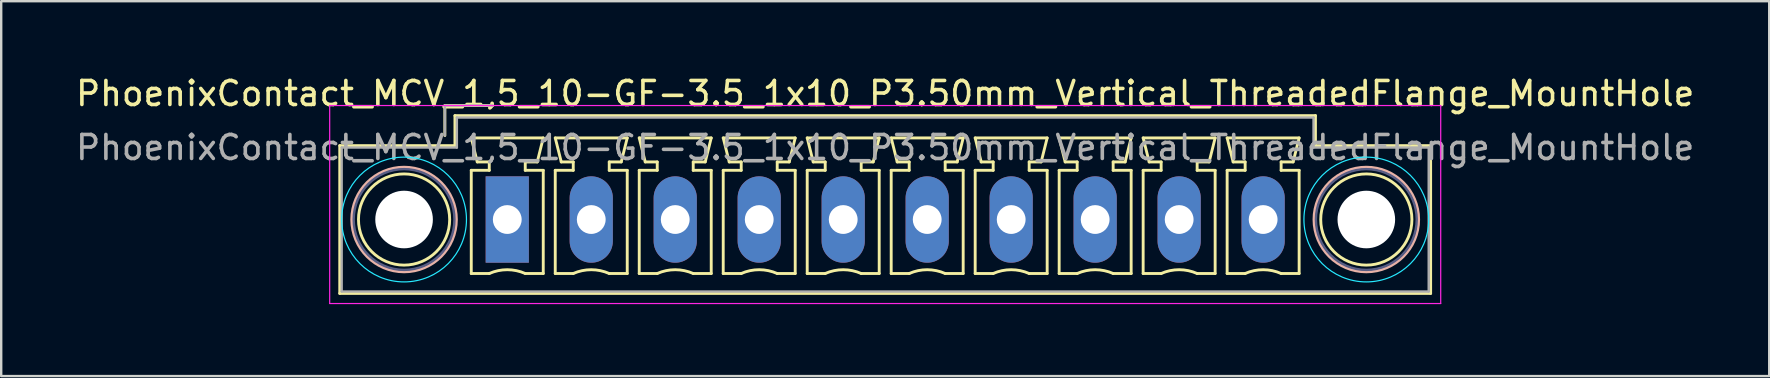
<source format=kicad_pcb>
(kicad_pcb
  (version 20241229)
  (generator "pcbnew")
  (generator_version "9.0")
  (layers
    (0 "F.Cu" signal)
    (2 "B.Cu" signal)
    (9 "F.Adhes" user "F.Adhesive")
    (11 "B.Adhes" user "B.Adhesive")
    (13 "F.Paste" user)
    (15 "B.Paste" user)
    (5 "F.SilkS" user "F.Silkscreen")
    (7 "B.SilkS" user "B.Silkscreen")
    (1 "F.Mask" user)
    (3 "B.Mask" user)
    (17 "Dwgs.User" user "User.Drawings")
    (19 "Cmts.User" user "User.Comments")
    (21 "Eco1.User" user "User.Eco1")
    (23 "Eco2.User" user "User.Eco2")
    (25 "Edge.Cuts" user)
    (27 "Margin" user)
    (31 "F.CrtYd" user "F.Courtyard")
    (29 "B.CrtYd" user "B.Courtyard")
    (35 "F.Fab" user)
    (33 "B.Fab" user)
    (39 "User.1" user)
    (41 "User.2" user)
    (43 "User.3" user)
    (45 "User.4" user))
  (footprint "PhoenixContact_MCV_1,5_10-GF-3.5_1x10_P3.50mm_Vertical_ThreadedFlange_MountHole"
    (layer "F.Cu")
    (at 18.089 6.098)
    (property "Reference" "PhoenixContact_MCV_1,5_10-GF-3.5_1x10_P3.50mm_Vertical_ThreadedFlange_MountHole" (at 15.75 -5.25 0) (layer "F.SilkS") (effects (font (size 1 1) (thickness 0.15))))
    (attr through_hole)
    (fp_line (start -6.98 -3.08) (end -6.98 3.08) (stroke (width 0.12) (type solid)) (layer "F.SilkS"))
    (fp_line (start -6.98 3.08) (end 38.48 3.08) (stroke (width 0.12) (type solid)) (layer "F.SilkS"))
    (fp_line (start -2.6 -4.75) (end -0.6 -4.75) (stroke (width 0.12) (type solid)) (layer "F.SilkS"))
    (fp_line (start -2.6 -3.5) (end -2.6 -4.75) (stroke (width 0.12) (type solid)) (layer "F.SilkS"))
    (fp_line (start -2.18 -4.33) (end -2.18 -3.08) (stroke (width 0.12) (type solid)) (layer "F.SilkS"))
    (fp_line (start -2.18 -3.08) (end -6.98 -3.08) (stroke (width 0.12) (type solid)) (layer "F.SilkS"))
    (fp_line (start -1.5 -3.4) (end 1.5 -3.4) (stroke (width 0.12) (type solid)) (layer "F.SilkS"))
    (fp_line (start -1.5 -2.05) (end -0.75 -2.05) (stroke (width 0.12) (type solid)) (layer "F.SilkS"))
    (fp_line (start -1.5 2.25) (end -1.5 -2.05) (stroke (width 0.12) (type solid)) (layer "F.SilkS"))
    (fp_line (start -1.25 -2.4) (end -1.5 -3.4) (stroke (width 0.12) (type solid)) (layer "F.SilkS"))
    (fp_line (start -0.75 -2.4) (end -1.25 -2.4) (stroke (width 0.12) (type solid)) (layer "F.SilkS"))
    (fp_line (start -0.75 -2.05) (end -0.75 -2.4) (stroke (width 0.12) (type solid)) (layer "F.SilkS"))
    (fp_line (start -0.75 2.25) (end -1.5 2.25) (stroke (width 0.12) (type solid)) (layer "F.SilkS"))
    (fp_line (start 0.75 -2.4) (end 0.75 -2.05) (stroke (width 0.12) (type solid)) (layer "F.SilkS"))
    (fp_line (start 0.75 -2.05) (end 1.5 -2.05) (stroke (width 0.12) (type solid)) (layer "F.SilkS"))
    (fp_line (start 1.25 -2.4) (end 0.75 -2.4) (stroke (width 0.12) (type solid)) (layer "F.SilkS"))
    (fp_line (start 1.5 -3.4) (end 1.25 -2.4) (stroke (width 0.12) (type solid)) (layer "F.SilkS"))
    (fp_line (start 1.5 -2.05) (end 1.5 2.25) (stroke (width 0.12) (type solid)) (layer "F.SilkS"))
    (fp_line (start 1.5 2.25) (end 0.75 2.25) (stroke (width 0.12) (type solid)) (layer "F.SilkS"))
    (fp_line (start 2 -3.4) (end 5 -3.4) (stroke (width 0.12) (type solid)) (layer "F.SilkS"))
    (fp_line (start 2 -2.05) (end 2.75 -2.05) (stroke (width 0.12) (type solid)) (layer "F.SilkS"))
    (fp_line (start 2 2.25) (end 2 -2.05) (stroke (width 0.12) (type solid)) (layer "F.SilkS"))
    (fp_line (start 2.25 -2.4) (end 2 -3.4) (stroke (width 0.12) (type solid)) (layer "F.SilkS"))
    (fp_line (start 2.75 -2.4) (end 2.25 -2.4) (stroke (width 0.12) (type solid)) (layer "F.SilkS"))
    (fp_line (start 2.75 -2.05) (end 2.75 -2.4) (stroke (width 0.12) (type solid)) (layer "F.SilkS"))
    (fp_line (start 2.75 2.25) (end 2 2.25) (stroke (width 0.12) (type solid)) (layer "F.SilkS"))
    (fp_line (start 4.25 -2.4) (end 4.25 -2.05) (stroke (width 0.12) (type solid)) (layer "F.SilkS"))
    (fp_line (start 4.25 -2.05) (end 5 -2.05) (stroke (width 0.12) (type solid)) (layer "F.SilkS"))
    (fp_line (start 4.75 -2.4) (end 4.25 -2.4) (stroke (width 0.12) (type solid)) (layer "F.SilkS"))
    (fp_line (start 5 -3.4) (end 4.75 -2.4) (stroke (width 0.12) (type solid)) (layer "F.SilkS"))
    (fp_line (start 5 -2.05) (end 5 2.25) (stroke (width 0.12) (type solid)) (layer "F.SilkS"))
    (fp_line (start 5 2.25) (end 4.25 2.25) (stroke (width 0.12) (type solid)) (layer "F.SilkS"))
    (fp_line (start 5.5 -3.4) (end 8.5 -3.4) (stroke (width 0.12) (type solid)) (layer "F.SilkS"))
    (fp_line (start 5.5 -2.05) (end 6.25 -2.05) (stroke (width 0.12) (type solid)) (layer "F.SilkS"))
    (fp_line (start 5.5 2.25) (end 5.5 -2.05) (stroke (width 0.12) (type solid)) (layer "F.SilkS"))
    (fp_line (start 5.75 -2.4) (end 5.5 -3.4) (stroke (width 0.12) (type solid)) (layer "F.SilkS"))
    (fp_line (start 6.25 -2.4) (end 5.75 -2.4) (stroke (width 0.12) (type solid)) (layer "F.SilkS"))
    (fp_line (start 6.25 -2.05) (end 6.25 -2.4) (stroke (width 0.12) (type solid)) (layer "F.SilkS"))
    (fp_line (start 6.25 2.25) (end 5.5 2.25) (stroke (width 0.12) (type solid)) (layer "F.SilkS"))
    (fp_line (start 7.75 -2.4) (end 7.75 -2.05) (stroke (width 0.12) (type solid)) (layer "F.SilkS"))
    (fp_line (start 7.75 -2.05) (end 8.5 -2.05) (stroke (width 0.12) (type solid)) (layer "F.SilkS"))
    (fp_line (start 8.25 -2.4) (end 7.75 -2.4) (stroke (width 0.12) (type solid)) (layer "F.SilkS"))
    (fp_line (start 8.5 -3.4) (end 8.25 -2.4) (stroke (width 0.12) (type solid)) (layer "F.SilkS"))
    (fp_line (start 8.5 -2.05) (end 8.5 2.25) (stroke (width 0.12) (type solid)) (layer "F.SilkS"))
    (fp_line (start 8.5 2.25) (end 7.75 2.25) (stroke (width 0.12) (type solid)) (layer "F.SilkS"))
    (fp_line (start 9 -3.4) (end 12 -3.4) (stroke (width 0.12) (type solid)) (layer "F.SilkS"))
    (fp_line (start 9 -2.05) (end 9.75 -2.05) (stroke (width 0.12) (type solid)) (layer "F.SilkS"))
    (fp_line (start 9 2.25) (end 9 -2.05) (stroke (width 0.12) (type solid)) (layer "F.SilkS"))
    (fp_line (start 9.25 -2.4) (end 9 -3.4) (stroke (width 0.12) (type solid)) (layer "F.SilkS"))
    (fp_line (start 9.75 -2.4) (end 9.25 -2.4) (stroke (width 0.12) (type solid)) (layer "F.SilkS"))
    (fp_line (start 9.75 -2.05) (end 9.75 -2.4) (stroke (width 0.12) (type solid)) (layer "F.SilkS"))
    (fp_line (start 9.75 2.25) (end 9 2.25) (stroke (width 0.12) (type solid)) (layer "F.SilkS"))
    (fp_line (start 11.25 -2.4) (end 11.25 -2.05) (stroke (width 0.12) (type solid)) (layer "F.SilkS"))
    (fp_line (start 11.25 -2.05) (end 12 -2.05) (stroke (width 0.12) (type solid)) (layer "F.SilkS"))
    (fp_line (start 11.75 -2.4) (end 11.25 -2.4) (stroke (width 0.12) (type solid)) (layer "F.SilkS"))
    (fp_line (start 12 -3.4) (end 11.75 -2.4) (stroke (width 0.12) (type solid)) (layer "F.SilkS"))
    (fp_line (start 12 -2.05) (end 12 2.25) (stroke (width 0.12) (type solid)) (layer "F.SilkS"))
    (fp_line (start 12 2.25) (end 11.25 2.25) (stroke (width 0.12) (type solid)) (layer "F.SilkS"))
    (fp_line (start 12.5 -3.4) (end 15.5 -3.4) (stroke (width 0.12) (type solid)) (layer "F.SilkS"))
    (fp_line (start 12.5 -2.05) (end 13.25 -2.05) (stroke (width 0.12) (type solid)) (layer "F.SilkS"))
    (fp_line (start 12.5 2.25) (end 12.5 -2.05) (stroke (width 0.12) (type solid)) (layer "F.SilkS"))
    (fp_line (start 12.75 -2.4) (end 12.5 -3.4) (stroke (width 0.12) (type solid)) (layer "F.SilkS"))
    (fp_line (start 13.25 -2.4) (end 12.75 -2.4) (stroke (width 0.12) (type solid)) (layer "F.SilkS"))
    (fp_line (start 13.25 -2.05) (end 13.25 -2.4) (stroke (width 0.12) (type solid)) (layer "F.SilkS"))
    (fp_line (start 13.25 2.25) (end 12.5 2.25) (stroke (width 0.12) (type solid)) (layer "F.SilkS"))
    (fp_line (start 14.75 -2.4) (end 14.75 -2.05) (stroke (width 0.12) (type solid)) (layer "F.SilkS"))
    (fp_line (start 14.75 -2.05) (end 15.5 -2.05) (stroke (width 0.12) (type solid)) (layer "F.SilkS"))
    (fp_line (start 15.25 -2.4) (end 14.75 -2.4) (stroke (width 0.12) (type solid)) (layer "F.SilkS"))
    (fp_line (start 15.5 -3.4) (end 15.25 -2.4) (stroke (width 0.12) (type solid)) (layer "F.SilkS"))
    (fp_line (start 15.5 -2.05) (end 15.5 2.25) (stroke (width 0.12) (type solid)) (layer "F.SilkS"))
    (fp_line (start 15.5 2.25) (end 14.75 2.25) (stroke (width 0.12) (type solid)) (layer "F.SilkS"))
    (fp_line (start 16 -3.4) (end 19 -3.4) (stroke (width 0.12) (type solid)) (layer "F.SilkS"))
    (fp_line (start 16 -2.05) (end 16.75 -2.05) (stroke (width 0.12) (type solid)) (layer "F.SilkS"))
    (fp_line (start 16 2.25) (end 16 -2.05) (stroke (width 0.12) (type solid)) (layer "F.SilkS"))
    (fp_line (start 16.25 -2.4) (end 16 -3.4) (stroke (width 0.12) (type solid)) (layer "F.SilkS"))
    (fp_line (start 16.75 -2.4) (end 16.25 -2.4) (stroke (width 0.12) (type solid)) (layer "F.SilkS"))
    (fp_line (start 16.75 -2.05) (end 16.75 -2.4) (stroke (width 0.12) (type solid)) (layer "F.SilkS"))
    (fp_line (start 16.75 2.25) (end 16 2.25) (stroke (width 0.12) (type solid)) (layer "F.SilkS"))
    (fp_line (start 18.25 -2.4) (end 18.25 -2.05) (stroke (width 0.12) (type solid)) (layer "F.SilkS"))
    (fp_line (start 18.25 -2.05) (end 19 -2.05) (stroke (width 0.12) (type solid)) (layer "F.SilkS"))
    (fp_line (start 18.75 -2.4) (end 18.25 -2.4) (stroke (width 0.12) (type solid)) (layer "F.SilkS"))
    (fp_line (start 19 -3.4) (end 18.75 -2.4) (stroke (width 0.12) (type solid)) (layer "F.SilkS"))
    (fp_line (start 19 -2.05) (end 19 2.25) (stroke (width 0.12) (type solid)) (layer "F.SilkS"))
    (fp_line (start 19 2.25) (end 18.25 2.25) (stroke (width 0.12) (type solid)) (layer "F.SilkS"))
    (fp_line (start 19.5 -3.4) (end 22.5 -3.4) (stroke (width 0.12) (type solid)) (layer "F.SilkS"))
    (fp_line (start 19.5 -2.05) (end 20.25 -2.05) (stroke (width 0.12) (type solid)) (layer "F.SilkS"))
    (fp_line (start 19.5 2.25) (end 19.5 -2.05) (stroke (width 0.12) (type solid)) (layer "F.SilkS"))
    (fp_line (start 19.75 -2.4) (end 19.5 -3.4) (stroke (width 0.12) (type solid)) (layer "F.SilkS"))
    (fp_line (start 20.25 -2.4) (end 19.75 -2.4) (stroke (width 0.12) (type solid)) (layer "F.SilkS"))
    (fp_line (start 20.25 -2.05) (end 20.25 -2.4) (stroke (width 0.12) (type solid)) (layer "F.SilkS"))
    (fp_line (start 20.25 2.25) (end 19.5 2.25) (stroke (width 0.12) (type solid)) (layer "F.SilkS"))
    (fp_line (start 21.75 -2.4) (end 21.75 -2.05) (stroke (width 0.12) (type solid)) (layer "F.SilkS"))
    (fp_line (start 21.75 -2.05) (end 22.5 -2.05) (stroke (width 0.12) (type solid)) (layer "F.SilkS"))
    (fp_line (start 22.25 -2.4) (end 21.75 -2.4) (stroke (width 0.12) (type solid)) (layer "F.SilkS"))
    (fp_line (start 22.5 -3.4) (end 22.25 -2.4) (stroke (width 0.12) (type solid)) (layer "F.SilkS"))
    (fp_line (start 22.5 -2.05) (end 22.5 2.25) (stroke (width 0.12) (type solid)) (layer "F.SilkS"))
    (fp_line (start 22.5 2.25) (end 21.75 2.25) (stroke (width 0.12) (type solid)) (layer "F.SilkS"))
    (fp_line (start 23 -3.4) (end 26 -3.4) (stroke (width 0.12) (type solid)) (layer "F.SilkS"))
    (fp_line (start 23 -2.05) (end 23.75 -2.05) (stroke (width 0.12) (type solid)) (layer "F.SilkS"))
    (fp_line (start 23 2.25) (end 23 -2.05) (stroke (width 0.12) (type solid)) (layer "F.SilkS"))
    (fp_line (start 23.25 -2.4) (end 23 -3.4) (stroke (width 0.12) (type solid)) (layer "F.SilkS"))
    (fp_line (start 23.75 -2.4) (end 23.25 -2.4) (stroke (width 0.12) (type solid)) (layer "F.SilkS"))
    (fp_line (start 23.75 -2.05) (end 23.75 -2.4) (stroke (width 0.12) (type solid)) (layer "F.SilkS"))
    (fp_line (start 23.75 2.25) (end 23 2.25) (stroke (width 0.12) (type solid)) (layer "F.SilkS"))
    (fp_line (start 25.25 -2.4) (end 25.25 -2.05) (stroke (width 0.12) (type solid)) (layer "F.SilkS"))
    (fp_line (start 25.25 -2.05) (end 26 -2.05) (stroke (width 0.12) (type solid)) (layer "F.SilkS"))
    (fp_line (start 25.75 -2.4) (end 25.25 -2.4) (stroke (width 0.12) (type solid)) (layer "F.SilkS"))
    (fp_line (start 26 -3.4) (end 25.75 -2.4) (stroke (width 0.12) (type solid)) (layer "F.SilkS"))
    (fp_line (start 26 -2.05) (end 26 2.25) (stroke (width 0.12) (type solid)) (layer "F.SilkS"))
    (fp_line (start 26 2.25) (end 25.25 2.25) (stroke (width 0.12) (type solid)) (layer "F.SilkS"))
    (fp_line (start 26.5 -3.4) (end 29.5 -3.4) (stroke (width 0.12) (type solid)) (layer "F.SilkS"))
    (fp_line (start 26.5 -2.05) (end 27.25 -2.05) (stroke (width 0.12) (type solid)) (layer "F.SilkS"))
    (fp_line (start 26.5 2.25) (end 26.5 -2.05) (stroke (width 0.12) (type solid)) (layer "F.SilkS"))
    (fp_line (start 26.75 -2.4) (end 26.5 -3.4) (stroke (width 0.12) (type solid)) (layer "F.SilkS"))
    (fp_line (start 27.25 -2.4) (end 26.75 -2.4) (stroke (width 0.12) (type solid)) (layer "F.SilkS"))
    (fp_line (start 27.25 -2.05) (end 27.25 -2.4) (stroke (width 0.12) (type solid)) (layer "F.SilkS"))
    (fp_line (start 27.25 2.25) (end 26.5 2.25) (stroke (width 0.12) (type solid)) (layer "F.SilkS"))
    (fp_line (start 28.75 -2.4) (end 28.75 -2.05) (stroke (width 0.12) (type solid)) (layer "F.SilkS"))
    (fp_line (start 28.75 -2.05) (end 29.5 -2.05) (stroke (width 0.12) (type solid)) (layer "F.SilkS"))
    (fp_line (start 29.25 -2.4) (end 28.75 -2.4) (stroke (width 0.12) (type solid)) (layer "F.SilkS"))
    (fp_line (start 29.5 -3.4) (end 29.25 -2.4) (stroke (width 0.12) (type solid)) (layer "F.SilkS"))
    (fp_line (start 29.5 -2.05) (end 29.5 2.25) (stroke (width 0.12) (type solid)) (layer "F.SilkS"))
    (fp_line (start 29.5 2.25) (end 28.75 2.25) (stroke (width 0.12) (type solid)) (layer "F.SilkS"))
    (fp_line (start 30 -3.4) (end 33 -3.4) (stroke (width 0.12) (type solid)) (layer "F.SilkS"))
    (fp_line (start 30 -2.05) (end 30.75 -2.05) (stroke (width 0.12) (type solid)) (layer "F.SilkS"))
    (fp_line (start 30 2.25) (end 30 -2.05) (stroke (width 0.12) (type solid)) (layer "F.SilkS"))
    (fp_line (start 30.25 -2.4) (end 30 -3.4) (stroke (width 0.12) (type solid)) (layer "F.SilkS"))
    (fp_line (start 30.75 -2.4) (end 30.25 -2.4) (stroke (width 0.12) (type solid)) (layer "F.SilkS"))
    (fp_line (start 30.75 -2.05) (end 30.75 -2.4) (stroke (width 0.12) (type solid)) (layer "F.SilkS"))
    (fp_line (start 30.75 2.25) (end 30 2.25) (stroke (width 0.12) (type solid)) (layer "F.SilkS"))
    (fp_line (start 32.25 -2.4) (end 32.25 -2.05) (stroke (width 0.12) (type solid)) (layer "F.SilkS"))
    (fp_line (start 32.25 -2.05) (end 33 -2.05) (stroke (width 0.12) (type solid)) (layer "F.SilkS"))
    (fp_line (start 32.75 -2.4) (end 32.25 -2.4) (stroke (width 0.12) (type solid)) (layer "F.SilkS"))
    (fp_line (start 33 -3.4) (end 32.75 -2.4) (stroke (width 0.12) (type solid)) (layer "F.SilkS"))
    (fp_line (start 33 -2.05) (end 33 2.25) (stroke (width 0.12) (type solid)) (layer "F.SilkS"))
    (fp_line (start 33 2.25) (end 32.25 2.25) (stroke (width 0.12) (type solid)) (layer "F.SilkS"))
    (fp_line (start 33.68 -4.33) (end -2.18 -4.33) (stroke (width 0.12) (type solid)) (layer "F.SilkS"))
    (fp_line (start 33.68 -3.08) (end 33.68 -4.33) (stroke (width 0.12) (type solid)) (layer "F.SilkS"))
    (fp_line (start 38.48 -3.08) (end 33.68 -3.08) (stroke (width 0.12) (type solid)) (layer "F.SilkS"))
    (fp_line (start 38.48 3.08) (end 38.48 -3.08) (stroke (width 0.12) (type solid)) (layer "F.SilkS"))
    (fp_arc (start -0.75 2.25) (mid -0.000193 2.09191) (end 0.749647 2.249844) (stroke (width 0.12) (type solid)) (layer "F.SilkS"))
    (fp_arc (start 2.75 2.25) (mid 3.499807 2.09191) (end 4.249647 2.249844) (stroke (width 0.12) (type solid)) (layer "F.SilkS"))
    (fp_arc (start 6.25 2.25) (mid 6.999807 2.09191) (end 7.749647 2.249844) (stroke (width 0.12) (type solid)) (layer "F.SilkS"))
    (fp_arc (start 9.75 2.25) (mid 10.499807 2.09191) (end 11.249647 2.249844) (stroke (width 0.12) (type solid)) (layer "F.SilkS"))
    (fp_arc (start 13.25 2.25) (mid 13.999807 2.09191) (end 14.749647 2.249844) (stroke (width 0.12) (type solid)) (layer "F.SilkS"))
    (fp_arc (start 16.75 2.25) (mid 17.499807 2.09191) (end 18.249647 2.249844) (stroke (width 0.12) (type solid)) (layer "F.SilkS"))
    (fp_arc (start 20.25 2.25) (mid 20.999807 2.09191) (end 21.749647 2.249844) (stroke (width 0.12) (type solid)) (layer "F.SilkS"))
    (fp_arc (start 23.75 2.25) (mid 24.499807 2.09191) (end 25.249647 2.249844) (stroke (width 0.12) (type solid)) (layer "F.SilkS"))
    (fp_arc (start 27.25 2.25) (mid 27.999807 2.09191) (end 28.749647 2.249844) (stroke (width 0.12) (type solid)) (layer "F.SilkS"))
    (fp_arc (start 30.75 2.25) (mid 31.499807 2.09191) (end 32.249647 2.249844) (stroke (width 0.12) (type solid)) (layer "F.SilkS"))
    (fp_circle (center -4.3 0) (end -2.4 0) (stroke (width 0.12) (type solid)) (fill no) (layer "F.SilkS"))
    (fp_circle (center 35.8 0) (end 37.7 0) (stroke (width 0.12) (type solid)) (fill no) (layer "F.SilkS"))
    (fp_circle (center -4.3 0) (end -2.12 0) (stroke (width 0.12) (type solid)) (fill no) (layer "B.SilkS"))
    (fp_circle (center 35.8 0) (end 37.98 0) (stroke (width 0.12) (type solid)) (fill no) (layer "B.SilkS"))
    (fp_circle (center -4.3 0) (end -1.7 0) (stroke (width 0.05) (type solid)) (fill no) (layer "B.CrtYd"))
    (fp_circle (center 35.8 0) (end 38.4 0) (stroke (width 0.05) (type solid)) (fill no) (layer "B.CrtYd"))
    (fp_line (start -7.4 -4.75) (end -7.4 3.5) (stroke (width 0.05) (type solid)) (layer "F.CrtYd"))
    (fp_line (start -7.4 3.5) (end 38.9 3.5) (stroke (width 0.05) (type solid)) (layer "F.CrtYd"))
    (fp_line (start 38.9 -4.75) (end -7.4 -4.75) (stroke (width 0.05) (type solid)) (layer "F.CrtYd"))
    (fp_line (start 38.9 3.5) (end 38.9 -4.75) (stroke (width 0.05) (type solid)) (layer "F.CrtYd"))
    (fp_circle (center -4.3 0) (end -2.2 0) (stroke (width 0.1) (type solid)) (fill no) (layer "B.Fab"))
    (fp_circle (center 35.8 0) (end 37.9 0) (stroke (width 0.1) (type solid)) (fill no) (layer "B.Fab"))
    (fp_line (start -6.9 -3) (end -6.9 3) (stroke (width 0.1) (type solid)) (layer "F.Fab"))
    (fp_line (start -6.9 3) (end 38.4 3) (stroke (width 0.1) (type solid)) (layer "F.Fab"))
    (fp_line (start -2.6 -4.75) (end -0.6 -4.75) (stroke (width 0.1) (type solid)) (layer "F.Fab"))
    (fp_line (start -2.6 -3.5) (end -2.6 -4.75) (stroke (width 0.1) (type solid)) (layer "F.Fab"))
    (fp_line (start -2.1 -4.25) (end -2.1 -3) (stroke (width 0.1) (type solid)) (layer "F.Fab"))
    (fp_line (start -2.1 -3) (end -6.9 -3) (stroke (width 0.1) (type solid)) (layer "F.Fab"))
    (fp_line (start 33.6 -4.25) (end -2.1 -4.25) (stroke (width 0.1) (type solid)) (layer "F.Fab"))
    (fp_line (start 33.6 -3) (end 33.6 -4.25) (stroke (width 0.1) (type solid)) (layer "F.Fab"))
    (fp_line (start 38.4 -3) (end 33.6 -3) (stroke (width 0.1) (type solid)) (layer "F.Fab"))
    (fp_line (start 38.4 3) (end 38.4 -3) (stroke (width 0.1) (type solid)) (layer "F.Fab"))
    (fp_text user "${REFERENCE}" (at 15.75 -3 0) (layer "F.Fab") (effects (font (size 1 1) (thickness 0.15))))
    (pad "" np_thru_hole circle (at -4.3 0) (size 2.4 2.4) (drill 2.4) (layers "*.Cu" "*.Mask"))
    (pad "" np_thru_hole circle (at 35.8 0) (size 2.4 2.4) (drill 2.4) (layers "*.Cu" "*.Mask"))
    (pad "1" thru_hole rect (at 0 0) (size 1.8 3.6) (drill 1.2) (layers "*.Cu" "*.Mask"))
    (pad "2" thru_hole oval (at 3.5 0) (size 1.8 3.6) (drill 1.2) (layers "*.Cu" "*.Mask"))
    (pad "3" thru_hole oval (at 7 0) (size 1.8 3.6) (drill 1.2) (layers "*.Cu" "*.Mask"))
    (pad "4" thru_hole oval (at 10.5 0) (size 1.8 3.6) (drill 1.2) (layers "*.Cu" "*.Mask"))
    (pad "5" thru_hole oval (at 14 0) (size 1.8 3.6) (drill 1.2) (layers "*.Cu" "*.Mask"))
    (pad "6" thru_hole oval (at 17.5 0) (size 1.8 3.6) (drill 1.2) (layers "*.Cu" "*.Mask"))
    (pad "7" thru_hole oval (at 21 0) (size 1.8 3.6) (drill 1.2) (layers "*.Cu" "*.Mask"))
    (pad "8" thru_hole oval (at 24.5 0) (size 1.8 3.6) (drill 1.2) (layers "*.Cu" "*.Mask"))
    (pad "9" thru_hole oval (at 28 0) (size 1.8 3.6) (drill 1.2) (layers "*.Cu" "*.Mask"))
    (pad "10" thru_hole oval (at 31.5 0) (size 1.8 3.6) (drill 1.2) (layers "*.Cu" "*.Mask")))
  (gr_rect
    (start -3 -3)
    (end 70.679 12.623)
    (stroke (width 0.1) (type default))
    (fill no)
    (layer "Edge.Cuts")))
</source>
